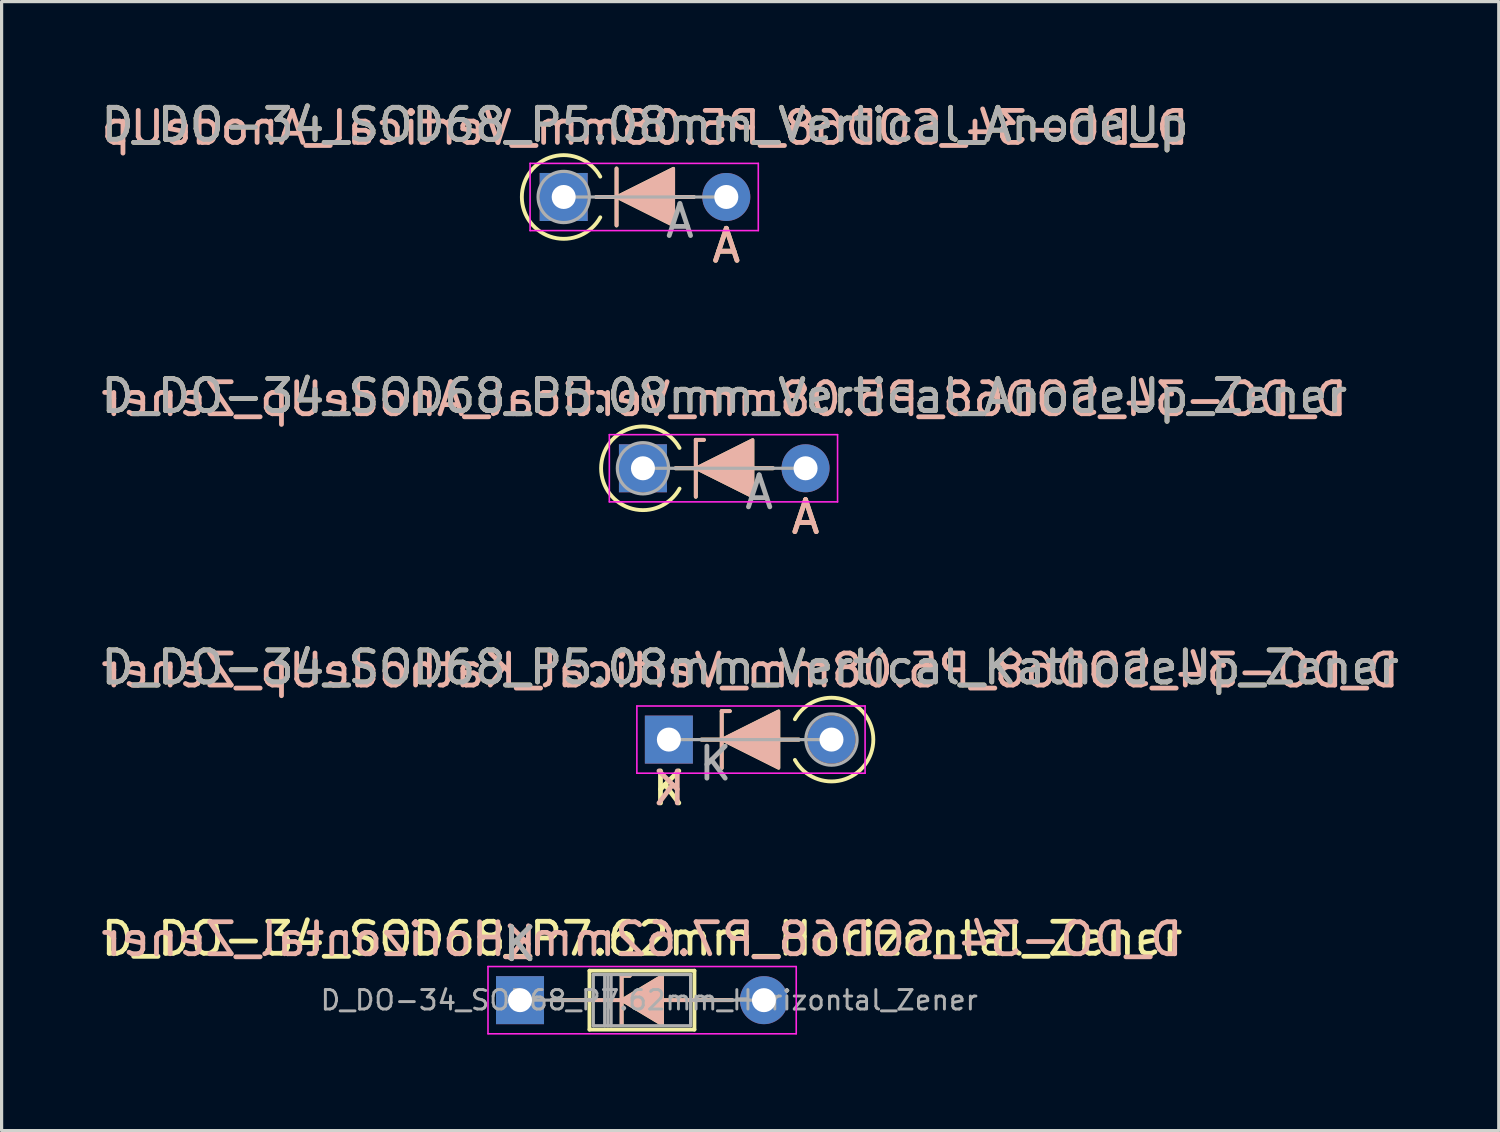
<source format=kicad_pcb>
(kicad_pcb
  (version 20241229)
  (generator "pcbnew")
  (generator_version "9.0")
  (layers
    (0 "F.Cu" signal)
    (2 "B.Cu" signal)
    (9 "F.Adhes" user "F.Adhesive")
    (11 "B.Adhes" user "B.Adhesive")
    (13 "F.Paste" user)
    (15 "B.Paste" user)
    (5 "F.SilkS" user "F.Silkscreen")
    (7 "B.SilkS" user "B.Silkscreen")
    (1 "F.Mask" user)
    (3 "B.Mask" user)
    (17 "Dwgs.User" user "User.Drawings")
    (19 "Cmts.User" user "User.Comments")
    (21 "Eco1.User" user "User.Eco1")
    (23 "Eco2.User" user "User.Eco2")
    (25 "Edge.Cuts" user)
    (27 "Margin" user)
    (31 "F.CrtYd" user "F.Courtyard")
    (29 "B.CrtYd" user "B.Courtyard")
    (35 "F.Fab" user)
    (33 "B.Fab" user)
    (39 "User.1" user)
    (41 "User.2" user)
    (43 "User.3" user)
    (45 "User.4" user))
  (footprint "D_DO-34_SOD68_P5.08mm_Vertical_AnodeUp"
    (layer "F.Cu")
    (at 14.561 3.104)
    (property "Reference" "D_DO-34_SOD68_P5.08mm_Vertical_AnodeUp" (at 2.54 -2.256 0) (layer "F.SilkS") (effects (font (size 1 1) (thickness 0.15))))
    (fp_line (start 1.651 0.889) (end 1.651 -0.889) (stroke (width 0.12) (type solid)) (layer "F.SilkS"))
    (fp_line (start 4.064 0) (end 1.016 0) (stroke (width 0.12) (type solid)) (layer "F.SilkS"))
    (fp_arc (start 1.142999 0.635) (mid -1.307544 0) (end 1.142999 -0.634999) (stroke (width 0.12) (type solid)) (layer "F.SilkS"))
    (fp_poly (pts (xy 3.429 0.889) (xy 1.651 0) (xy 3.429 -0.889)) (stroke (width 0.1) (type solid)) (fill yes) (layer "F.SilkS"))
    (fp_line (start 1.651 -0.889) (end 1.651 0.889) (stroke (width 0.12) (type solid)) (layer "B.SilkS"))
    (fp_line (start 4.064 0) (end 1.016 0) (stroke (width 0.12) (type solid)) (layer "B.SilkS"))
    (fp_poly (pts (xy 3.429 -0.889) (xy 1.651 0) (xy 3.429 0.889)) (stroke (width 0.1) (type solid)) (fill yes) (layer "B.SilkS"))
    (fp_line (start -1.05 -1.05) (end -1.05 1.05) (stroke (width 0.05) (type solid)) (layer "F.CrtYd"))
    (fp_line (start -1.05 1.05) (end 6.08 1.05) (stroke (width 0.05) (type solid)) (layer "F.CrtYd"))
    (fp_line (start 6.08 -1.05) (end -1.05 -1.05) (stroke (width 0.05) (type solid)) (layer "F.CrtYd"))
    (fp_line (start 6.08 1.05) (end 6.08 -1.05) (stroke (width 0.05) (type solid)) (layer "F.CrtYd"))
    (fp_line (start 0 0) (end 5.08 0) (stroke (width 0.1) (type solid)) (layer "F.Fab"))
    (fp_circle (center 0 0) (end 0.8 0) (stroke (width 0.1) (type solid)) (fill no) (layer "F.Fab"))
    (fp_text user "A" (at 5.08 1.524 0) (layer "F.SilkS") (effects (font (size 1 1) (thickness 0.15))))
    (fp_text user "${REFERENCE}" (at 2.54 -2.159 0) (layer "B.SilkS") (effects (font (size 1 1) (thickness 0.15)) (justify mirror)))
    (fp_text user "A" (at 5.08 1.524 0) (layer "B.SilkS") (effects (font (size 1 1) (thickness 0.15)) (justify mirror)))
    (fp_text user "${REFERENCE}" (at 2.54 -2.256 0) (layer "F.Fab") (effects (font (size 1 1) (thickness 0.15))))
    (fp_text user "A" (at 3.63 0.75 0) (layer "F.Fab") (effects (font (size 1 1) (thickness 0.15))))
    (pad "1" thru_hole rect (at 0 0) (size 1.5 1.5) (drill 0.75) (layers "*.Cu" "*.Mask"))
    (pad "2" thru_hole oval (at 5.08 0) (size 1.5 1.5) (drill 0.75) (layers "*.Cu" "*.Mask")))
  (footprint "D_DO-34_SOD68_P5.08mm_Vertical_AnodeUp_Zener"
    (layer "F.Cu")
    (at 17.037 11.58)
    (property "Reference" "D_DO-34_SOD68_P5.08mm_Vertical_AnodeUp_Zener" (at 2.54 -2.256 0) (layer "F.SilkS") (effects (font (size 1 1) (thickness 0.15))))
    (fp_line (start 1.651 -0.889) (end 1.905 -0.889) (stroke (width 0.12) (type solid)) (layer "F.SilkS"))
    (fp_line (start 1.651 0.889) (end 1.651 -0.889) (stroke (width 0.12) (type solid)) (layer "F.SilkS"))
    (fp_line (start 4.064 0) (end 1.016 0) (stroke (width 0.12) (type solid)) (layer "F.SilkS"))
    (fp_arc (start 1.142999 0.635) (mid -1.307544 0) (end 1.142999 -0.634999) (stroke (width 0.12) (type solid)) (layer "F.SilkS"))
    (fp_poly (pts (xy 3.429 0.889) (xy 1.651 0) (xy 3.429 -0.889)) (stroke (width 0.1) (type solid)) (fill yes) (layer "F.SilkS"))
    (fp_line (start 1.651 -0.889) (end 1.651 0.889) (stroke (width 0.12) (type solid)) (layer "B.SilkS"))
    (fp_line (start 1.651 -0.889) (end 1.905 -0.889) (stroke (width 0.12) (type solid)) (layer "B.SilkS"))
    (fp_line (start 4.064 0) (end 1.016 0) (stroke (width 0.12) (type solid)) (layer "B.SilkS"))
    (fp_poly (pts (xy 3.429 -0.889) (xy 1.651 0) (xy 3.429 0.889)) (stroke (width 0.1) (type solid)) (fill yes) (layer "B.SilkS"))
    (fp_line (start -1.05 -1.05) (end -1.05 1.05) (stroke (width 0.05) (type solid)) (layer "F.CrtYd"))
    (fp_line (start -1.05 1.05) (end 6.08 1.05) (stroke (width 0.05) (type solid)) (layer "F.CrtYd"))
    (fp_line (start 6.08 -1.05) (end -1.05 -1.05) (stroke (width 0.05) (type solid)) (layer "F.CrtYd"))
    (fp_line (start 6.08 1.05) (end 6.08 -1.05) (stroke (width 0.05) (type solid)) (layer "F.CrtYd"))
    (fp_line (start 0 0) (end 5.08 0) (stroke (width 0.1) (type solid)) (layer "F.Fab"))
    (fp_circle (center 0 0) (end 0.8 0) (stroke (width 0.1) (type solid)) (fill no) (layer "F.Fab"))
    (fp_text user "A" (at 5.08 1.524 0) (layer "F.SilkS") (effects (font (size 1 1) (thickness 0.15))))
    (fp_text user "A" (at 5.08 1.524 0) (layer "B.SilkS") (effects (font (size 1 1) (thickness 0.15)) (justify mirror)))
    (fp_text user "${REFERENCE}" (at 2.54 -2.159 0) (layer "B.SilkS") (effects (font (size 1 1) (thickness 0.15)) (justify mirror)))
    (fp_text user "A" (at 3.63 0.75 0) (layer "F.Fab") (effects (font (size 1 1) (thickness 0.15))))
    (fp_text user "${REFERENCE}" (at 2.54 -2.256 0) (layer "F.Fab") (effects (font (size 1 1) (thickness 0.15))))
    (pad "1" thru_hole rect (at 0 0) (size 1.5 1.5) (drill 0.75) (layers "*.Cu" "*.Mask"))
    (pad "2" thru_hole oval (at 5.08 0) (size 1.5 1.5) (drill 0.75) (layers "*.Cu" "*.Mask")))
  (footprint "D_DO-34_SOD68_P7.62mm_Horizontal_Zener"
    (layer "F.Cu")
    (at 13.196 28.197)
    (property "Reference" "D_DO-34_SOD68_P7.62mm_Horizontal_Zener" (at 3.81 -1.92 0) (layer "F.SilkS") (effects (font (size 1 1) (thickness 0.15))))
    (fp_line (start 0.99 0) (end 2.17 0) (stroke (width 0.12) (type solid)) (layer "F.SilkS"))
    (fp_line (start 2.17 -0.92) (end 2.17 0.92) (stroke (width 0.12) (type solid)) (layer "F.SilkS"))
    (fp_line (start 2.17 0.92) (end 5.45 0.92) (stroke (width 0.12) (type solid)) (layer "F.SilkS"))
    (fp_line (start 3.175 -0.762) (end 3.175 0.762) (stroke (width 0.12) (type solid)) (layer "F.SilkS"))
    (fp_line (start 3.175 -0.762) (end 3.429 -0.762) (stroke (width 0.12) (type solid)) (layer "F.SilkS"))
    (fp_line (start 3.2 0) (end 2.17 0) (stroke (width 0.12) (type solid)) (layer "F.SilkS"))
    (fp_line (start 4.445 0) (end 5.45 0) (stroke (width 0.12) (type solid)) (layer "F.SilkS"))
    (fp_line (start 5.45 -0.92) (end 2.17 -0.92) (stroke (width 0.12) (type solid)) (layer "F.SilkS"))
    (fp_line (start 5.45 0.92) (end 5.45 -0.92) (stroke (width 0.12) (type solid)) (layer "F.SilkS"))
    (fp_line (start 6.63 0) (end 5.45 0) (stroke (width 0.12) (type solid)) (layer "F.SilkS"))
    (fp_poly (pts (xy 4.445 0.762) (xy 3.175 0) (xy 4.445 -0.762)) (stroke (width 0.1) (type solid)) (fill yes) (layer "F.SilkS"))
    (fp_line (start 0.99 0) (end 2.17 0) (stroke (width 0.12) (type solid)) (layer "B.SilkS"))
    (fp_line (start 3.175 -0.762) (end 3.429 -0.762) (stroke (width 0.12) (type solid)) (layer "B.SilkS"))
    (fp_line (start 3.175 0.762) (end 3.175 -0.762) (stroke (width 0.12) (type solid)) (layer "B.SilkS"))
    (fp_line (start 3.2 0) (end 2.17 0) (stroke (width 0.12) (type solid)) (layer "B.SilkS"))
    (fp_line (start 4.445 0) (end 5.45 0) (stroke (width 0.12) (type solid)) (layer "B.SilkS"))
    (fp_line (start 6.63 0) (end 5.45 0) (stroke (width 0.12) (type solid)) (layer "B.SilkS"))
    (fp_poly (pts (xy 4.445 -0.762) (xy 3.175 0) (xy 4.445 0.762)) (stroke (width 0.1) (type solid)) (fill yes) (layer "B.SilkS"))
    (fp_line (start -1 -1.05) (end -1 1.05) (stroke (width 0.05) (type solid)) (layer "F.CrtYd"))
    (fp_line (start -1 1.05) (end 8.63 1.05) (stroke (width 0.05) (type solid)) (layer "F.CrtYd"))
    (fp_line (start 8.63 -1.05) (end -1 -1.05) (stroke (width 0.05) (type solid)) (layer "F.CrtYd"))
    (fp_line (start 8.63 1.05) (end 8.63 -1.05) (stroke (width 0.05) (type solid)) (layer "F.CrtYd"))
    (fp_line (start 0 0) (end 2.29 0) (stroke (width 0.1) (type solid)) (layer "F.Fab"))
    (fp_line (start 2.29 -0.8) (end 2.29 0.8) (stroke (width 0.1) (type solid)) (layer "F.Fab"))
    (fp_line (start 2.29 0.8) (end 5.33 0.8) (stroke (width 0.1) (type solid)) (layer "F.Fab"))
    (fp_line (start 2.646 -0.8) (end 2.646 0.8) (stroke (width 0.1) (type solid)) (layer "F.Fab"))
    (fp_line (start 2.746 -0.8) (end 2.746 0.8) (stroke (width 0.1) (type solid)) (layer "F.Fab"))
    (fp_line (start 2.846 -0.8) (end 2.846 0.8) (stroke (width 0.1) (type solid)) (layer "F.Fab"))
    (fp_line (start 5.33 -0.8) (end 2.29 -0.8) (stroke (width 0.1) (type solid)) (layer "F.Fab"))
    (fp_line (start 5.33 0.8) (end 5.33 -0.8) (stroke (width 0.1) (type solid)) (layer "F.Fab"))
    (fp_line (start 7.62 0) (end 5.33 0) (stroke (width 0.1) (type solid)) (layer "F.Fab"))
    (fp_text user "K" (at 0 -1.75 0) (layer "F.SilkS") (effects (font (size 1 1) (thickness 0.15))))
    (fp_text user "K" (at 0 -1.778 0) (layer "B.SilkS") (effects (font (size 1 1) (thickness 0.15)) (justify mirror)))
    (fp_text user "${REFERENCE}" (at 3.81 -1.905 0) (layer "B.SilkS") (effects (font (size 1 1) (thickness 0.15)) (justify mirror)))
    (fp_text user "${REFERENCE}" (at 4.038 0 0) (layer "F.Fab") (effects (font (size 0.608 0.608) (thickness 0.091))))
    (fp_text user "K" (at 0 -1.75 0) (layer "F.Fab") (effects (font (size 1 1) (thickness 0.15))))
    (pad "1" thru_hole rect (at 0 0) (size 1.5 1.5) (drill 0.75) (layers "*.Cu" "*.Mask"))
    (pad "2" thru_hole oval (at 7.62 0) (size 1.5 1.5) (drill 0.75) (layers "*.Cu" "*.Mask")))
  (footprint "D_DO-34_SOD68_P5.08mm_Vertical_KathodeUp_Zener"
    (layer "F.Cu")
    (at 17.847 20.056)
    (property "Reference" "D_DO-34_SOD68_P5.08mm_Vertical_KathodeUp_Zener" (at 2.54 -2.256 0) (layer "F.SilkS") (effects (font (size 1 1) (thickness 0.15))))
    (fp_line (start 1.651 -0.889) (end 1.905 -0.889) (stroke (width 0.12) (type solid)) (layer "F.SilkS"))
    (fp_line (start 1.651 0.889) (end 1.651 -0.889) (stroke (width 0.12) (type solid)) (layer "F.SilkS"))
    (fp_line (start 4.064 0) (end 1.016 0) (stroke (width 0.12) (type solid)) (layer "F.SilkS"))
    (fp_arc (start 3.937 -0.634999) (mid 6.387543 0.000001) (end 3.937 0.635) (stroke (width 0.12) (type solid)) (layer "F.SilkS"))
    (fp_poly (pts (xy 3.429 0.889) (xy 1.651 0) (xy 3.429 -0.889)) (stroke (width 0.1) (type solid)) (fill yes) (layer "F.SilkS"))
    (fp_line (start 1.651 -0.889) (end 1.651 0.889) (stroke (width 0.12) (type solid)) (layer "B.SilkS"))
    (fp_line (start 1.651 -0.889) (end 1.905 -0.889) (stroke (width 0.12) (type solid)) (layer "B.SilkS"))
    (fp_line (start 4.064 0) (end 1.016 0) (stroke (width 0.12) (type solid)) (layer "B.SilkS"))
    (fp_poly (pts (xy 3.429 -0.889) (xy 1.651 0) (xy 3.429 0.889)) (stroke (width 0.1) (type solid)) (fill yes) (layer "B.SilkS"))
    (fp_line (start -1 -1.05) (end -1 1.05) (stroke (width 0.05) (type solid)) (layer "F.CrtYd"))
    (fp_line (start -1 1.05) (end 6.13 1.05) (stroke (width 0.05) (type solid)) (layer "F.CrtYd"))
    (fp_line (start 6.13 -1.05) (end -1 -1.05) (stroke (width 0.05) (type solid)) (layer "F.CrtYd"))
    (fp_line (start 6.13 1.05) (end 6.13 -1.05) (stroke (width 0.05) (type solid)) (layer "F.CrtYd"))
    (fp_line (start 0 0) (end 5.08 0) (stroke (width 0.1) (type solid)) (layer "F.Fab"))
    (fp_circle (center 5.08 0) (end 5.88 0) (stroke (width 0.1) (type solid)) (fill no) (layer "F.Fab"))
    (fp_text user "K" (at 0 1.524 0) (layer "F.SilkS") (effects (font (size 1 1) (thickness 0.15))))
    (fp_text user "K" (at 0 1.524 0) (layer "B.SilkS") (effects (font (size 1 1) (thickness 0.15)) (justify mirror)))
    (fp_text user "${REFERENCE}" (at 2.54 -2.159 0) (layer "B.SilkS") (effects (font (size 1 1) (thickness 0.15)) (justify mirror)))
    (fp_text user "K" (at 1.45 0.75 0) (layer "F.Fab") (effects (font (size 1 1) (thickness 0.15))))
    (fp_text user "${REFERENCE}" (at 2.54 -2.256 0) (layer "F.Fab") (effects (font (size 1 1) (thickness 0.15))))
    (pad "1" thru_hole rect (at 0 0) (size 1.5 1.5) (drill 0.75) (layers "*.Cu" "*.Mask"))
    (pad "2" thru_hole oval (at 5.08 0) (size 1.5 1.5) (drill 0.75) (layers "*.Cu" "*.Mask")))
  (gr_rect
    (start -3 -3)
    (end 43.774 32.272)
    (stroke (width 0.1) (type default))
    (fill no)
    (layer "Edge.Cuts")))
</source>
